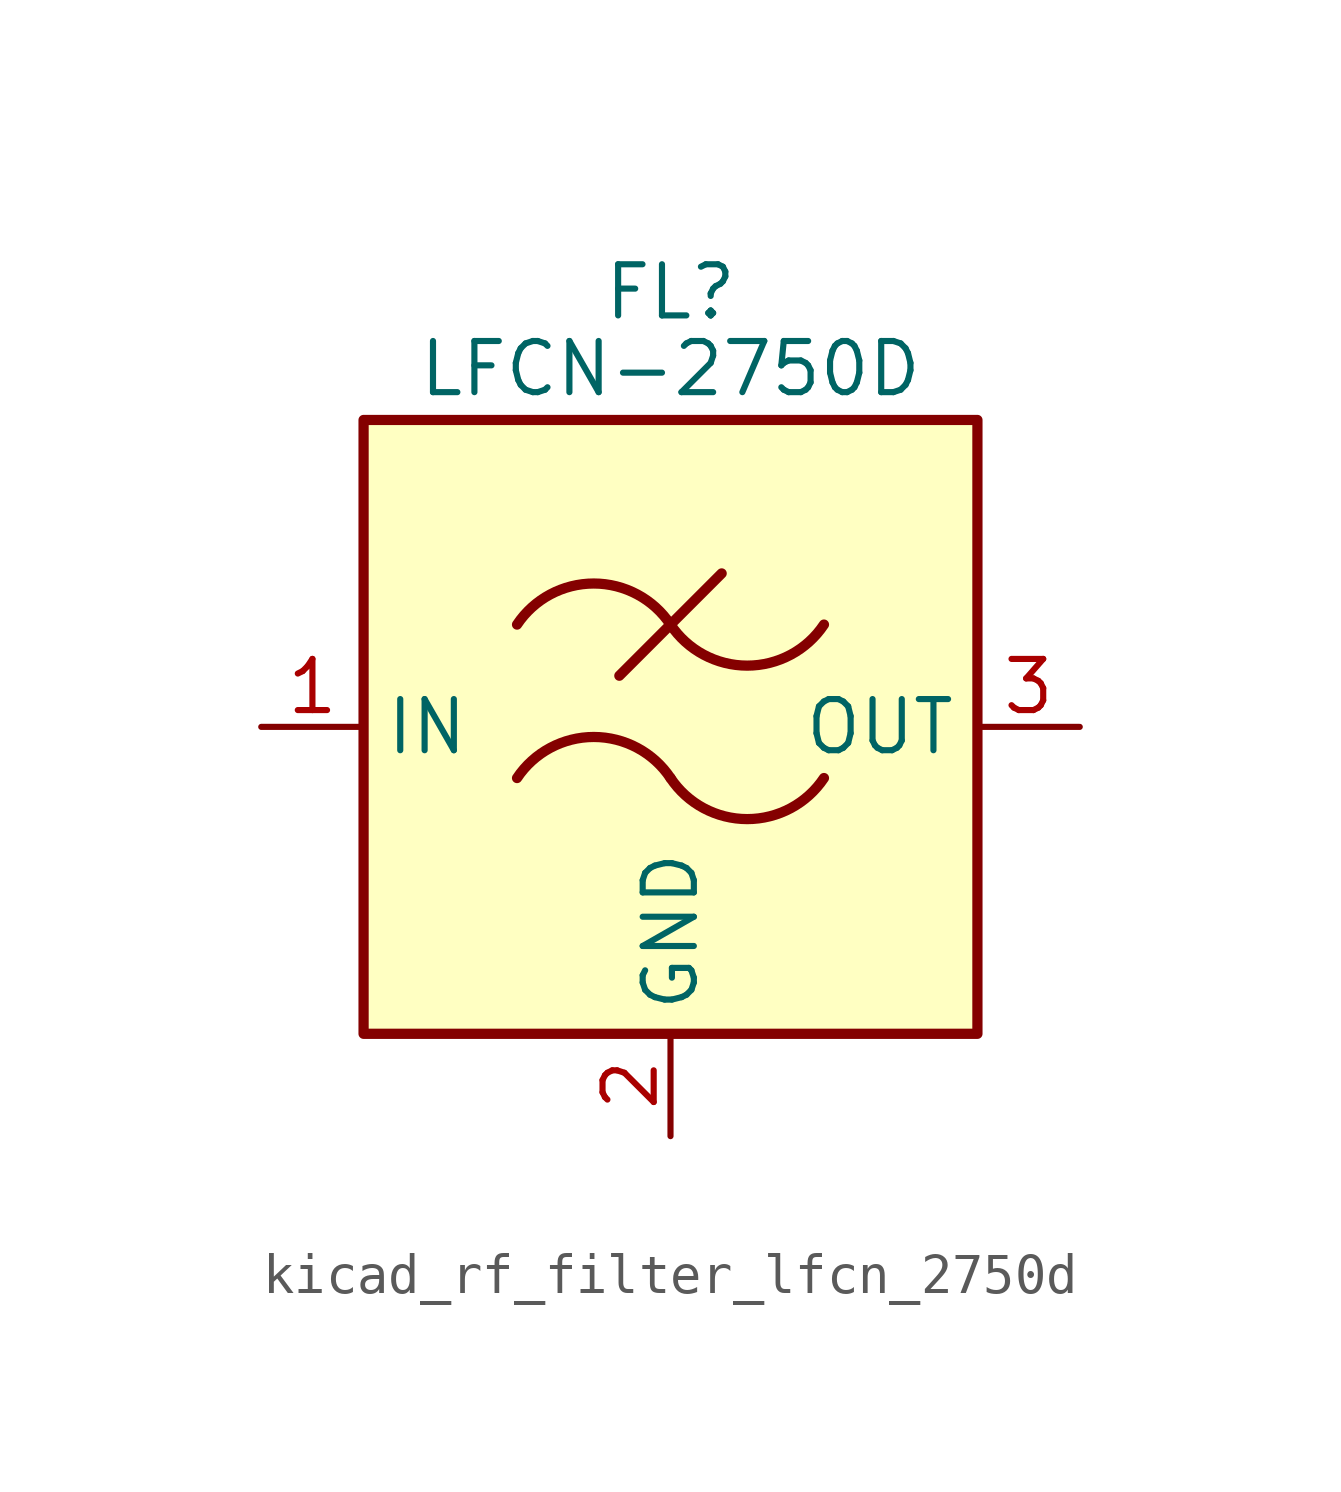
<source format=kicad_sym>
(kicad_symbol_lib
  (version 20220914)
  (generator kicad_symbol_editor)
  (symbol "kicad_rf_filter_lfcn_2750d"
    (property "Reference" "FL"
      (at 0 10.795 0)
      (effects (font (size 1.27 1.27))))
    (property "Value" "LFCN-2750D"
      (at 0 8.89 0)
      (effects (font (size 1.27 1.27))))
    (symbol "kicad_rf_filter_lfcn_2750d_0_1"
      (rectangle (start -7.62 7.62) (end 7.62 -7.62) (stroke (width 0.254) (type default)) (fill (type background)))
      (arc (start 0 -1.27) (mid -1.905 -0.2505) (end -3.81 -1.27) (stroke (width 0.254) (type default)) (fill (type none)))
      (arc (start 0 -1.27) (mid 1.905 -2.2895) (end 3.81 -1.27) (stroke (width 0.254) (type default)) (fill (type none)))
      (polyline (pts (xy -1.27 1.27) (xy 1.27 3.81)) (stroke (width 0.254) (type default)) (fill (type none)))
      (arc (start 0 2.54) (mid -1.905 3.5595) (end -3.81 2.54) (stroke (width 0.254) (type default)) (fill (type none)))
      (arc (start 0 2.54) (mid 1.905 1.5205) (end 3.81 2.54) (stroke (width 0.254) (type default)) (fill (type none))))
    (symbol "kicad_rf_filter_lfcn_2750d_1_1"
      (pin passive line (at -10.16 0 0) (length 2.54) (name "IN" (effects (font (size 1.27 1.27)))) (number "1" (effects (font (size 1.27 1.27)))))
      (pin passive line (at 0 -10.16 90) (length 2.54) (name "GND" (effects (font (size 1.27 1.27)))) (number "2" (effects (font (size 1.27 1.27)))))
      (pin passive line (at 10.16 0 180) (length 2.54) (name "OUT" (effects (font (size 1.27 1.27)))) (number "3" (effects (font (size 1.27 1.27)))))
      (pin passive line (at 0 -10.16 90) (length 2.54) hide (name "GND" (effects (font (size 1.27 1.27)))) (number "4" (effects (font (size 1.27 1.27))))))))
</source>
